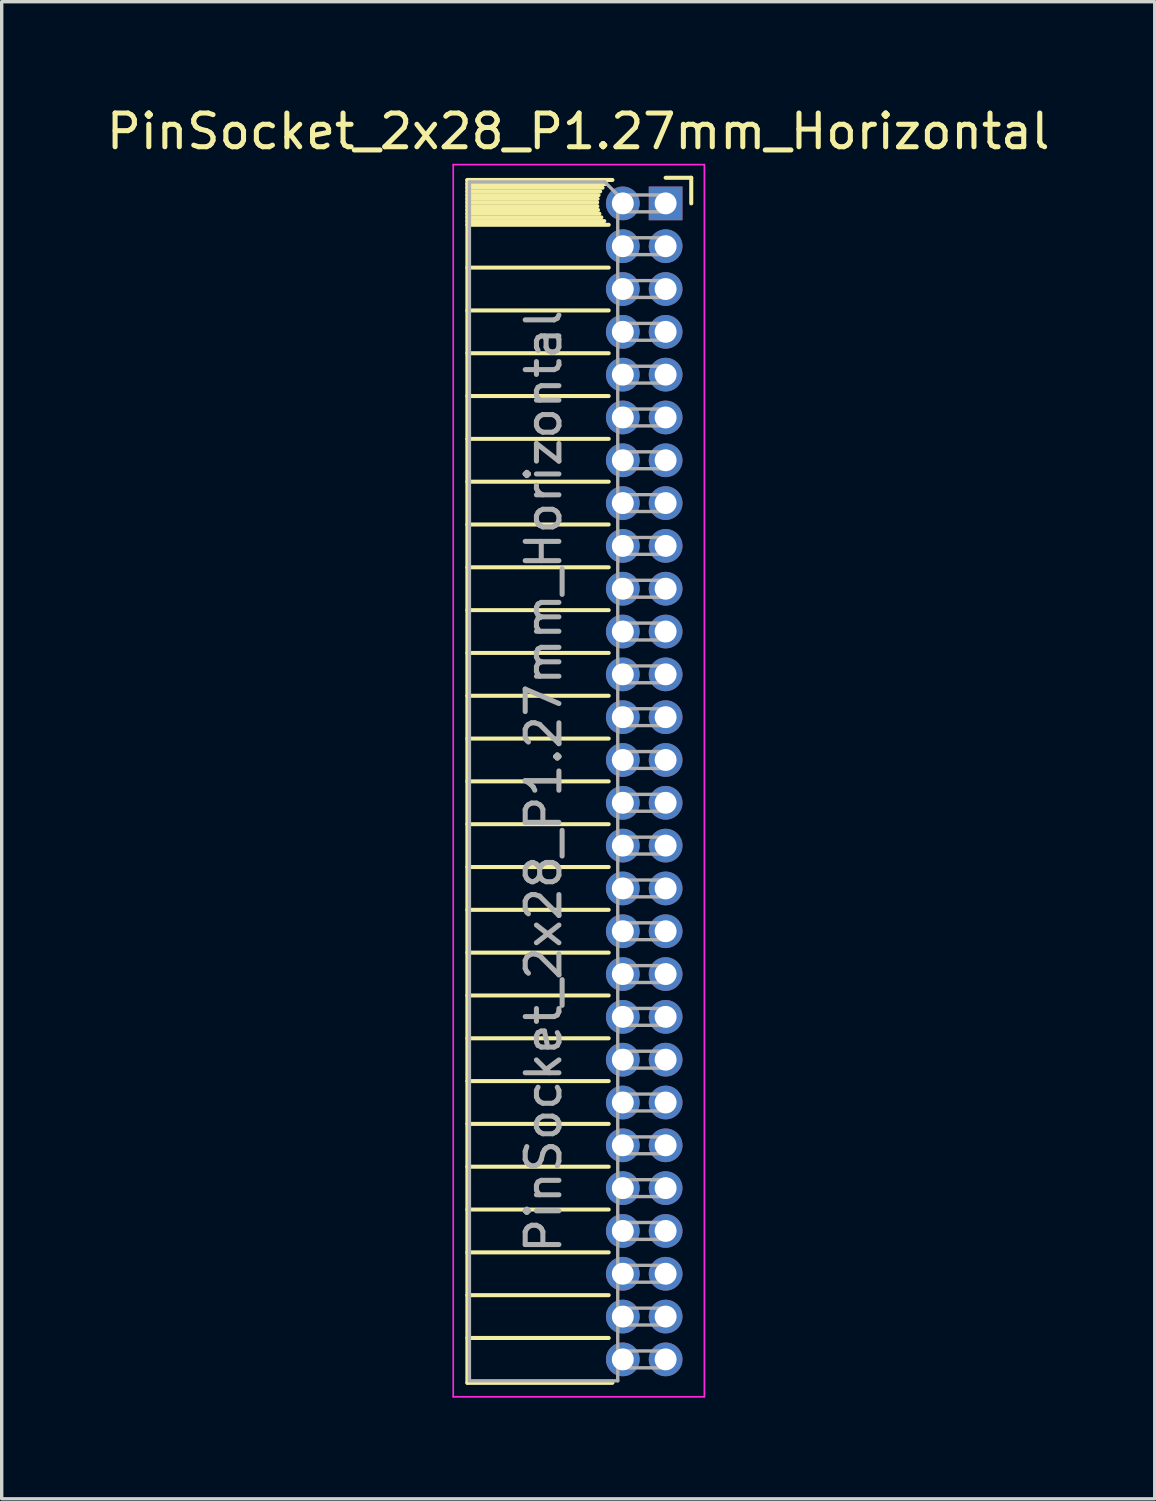
<source format=kicad_pcb>
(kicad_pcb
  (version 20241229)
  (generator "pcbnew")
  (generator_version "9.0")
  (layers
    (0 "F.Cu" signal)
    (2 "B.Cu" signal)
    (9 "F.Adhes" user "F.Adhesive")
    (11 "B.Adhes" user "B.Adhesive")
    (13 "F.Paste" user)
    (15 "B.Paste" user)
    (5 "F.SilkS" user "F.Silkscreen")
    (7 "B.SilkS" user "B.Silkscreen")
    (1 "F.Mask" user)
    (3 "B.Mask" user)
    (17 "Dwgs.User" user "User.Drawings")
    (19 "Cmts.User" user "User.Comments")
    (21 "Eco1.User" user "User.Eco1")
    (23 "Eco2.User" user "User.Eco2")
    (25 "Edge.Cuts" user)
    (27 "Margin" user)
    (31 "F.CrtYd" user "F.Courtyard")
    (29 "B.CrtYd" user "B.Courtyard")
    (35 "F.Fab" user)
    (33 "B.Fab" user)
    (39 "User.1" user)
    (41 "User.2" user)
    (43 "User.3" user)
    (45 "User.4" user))
  (footprint "PinSocket_2x28_P1.27mm_Horizontal"
    (layer "F.Cu")
    (at 16.694 2.983)
    (property "Reference" "PinSocket_2x28_P1.27mm_Horizontal" (at -2.592 -2.135 0) (layer "F.SilkS") (effects (font (size 1 1) (thickness 0.15))))
    (attr through_hole)
    (fp_line (start -5.88 -0.695) (end -5.88 34.985) (stroke (width 0.12) (type solid)) (layer "F.SilkS"))
    (fp_line (start -5.88 -0.695) (end -1.578 -0.695) (stroke (width 0.12) (type solid)) (layer "F.SilkS"))
    (fp_line (start -5.88 -0.575) (end -1.767 -0.575) (stroke (width 0.12) (type solid)) (layer "F.SilkS"))
    (fp_line (start -5.88 -0.465) (end -1.871 -0.465) (stroke (width 0.12) (type solid)) (layer "F.SilkS"))
    (fp_line (start -5.88 -0.355) (end -1.942 -0.355) (stroke (width 0.12) (type solid)) (layer "F.SilkS"))
    (fp_line (start -5.88 -0.245) (end -1.989 -0.245) (stroke (width 0.12) (type solid)) (layer "F.SilkS"))
    (fp_line (start -5.88 -0.135) (end -2.018 -0.135) (stroke (width 0.12) (type solid)) (layer "F.SilkS"))
    (fp_line (start -5.88 -0.025) (end -2.03 -0.025) (stroke (width 0.12) (type solid)) (layer "F.SilkS"))
    (fp_line (start -5.88 0.085) (end -2.025 0.085) (stroke (width 0.12) (type solid)) (layer "F.SilkS"))
    (fp_line (start -5.88 0.195) (end -2.005 0.195) (stroke (width 0.12) (type solid)) (layer "F.SilkS"))
    (fp_line (start -5.88 0.305) (end -1.966 0.305) (stroke (width 0.12) (type solid)) (layer "F.SilkS"))
    (fp_line (start -5.88 0.415) (end -1.907 0.415) (stroke (width 0.12) (type solid)) (layer "F.SilkS"))
    (fp_line (start -5.88 0.525) (end -1.82 0.525) (stroke (width 0.12) (type solid)) (layer "F.SilkS"))
    (fp_line (start -5.88 0.635) (end -1.688 0.635) (stroke (width 0.12) (type solid)) (layer "F.SilkS"))
    (fp_line (start -5.88 1.905) (end -1.688 1.905) (stroke (width 0.12) (type solid)) (layer "F.SilkS"))
    (fp_line (start -5.88 3.175) (end -1.688 3.175) (stroke (width 0.12) (type solid)) (layer "F.SilkS"))
    (fp_line (start -5.88 4.445) (end -1.688 4.445) (stroke (width 0.12) (type solid)) (layer "F.SilkS"))
    (fp_line (start -5.88 5.715) (end -1.688 5.715) (stroke (width 0.12) (type solid)) (layer "F.SilkS"))
    (fp_line (start -5.88 6.985) (end -1.688 6.985) (stroke (width 0.12) (type solid)) (layer "F.SilkS"))
    (fp_line (start -5.88 8.255) (end -1.688 8.255) (stroke (width 0.12) (type solid)) (layer "F.SilkS"))
    (fp_line (start -5.88 9.525) (end -1.688 9.525) (stroke (width 0.12) (type solid)) (layer "F.SilkS"))
    (fp_line (start -5.88 10.795) (end -1.688 10.795) (stroke (width 0.12) (type solid)) (layer "F.SilkS"))
    (fp_line (start -5.88 12.065) (end -1.688 12.065) (stroke (width 0.12) (type solid)) (layer "F.SilkS"))
    (fp_line (start -5.88 13.335) (end -1.688 13.335) (stroke (width 0.12) (type solid)) (layer "F.SilkS"))
    (fp_line (start -5.88 14.605) (end -1.688 14.605) (stroke (width 0.12) (type solid)) (layer "F.SilkS"))
    (fp_line (start -5.88 15.875) (end -1.688 15.875) (stroke (width 0.12) (type solid)) (layer "F.SilkS"))
    (fp_line (start -5.88 17.145) (end -1.688 17.145) (stroke (width 0.12) (type solid)) (layer "F.SilkS"))
    (fp_line (start -5.88 18.415) (end -1.688 18.415) (stroke (width 0.12) (type solid)) (layer "F.SilkS"))
    (fp_line (start -5.88 19.685) (end -1.688 19.685) (stroke (width 0.12) (type solid)) (layer "F.SilkS"))
    (fp_line (start -5.88 20.955) (end -1.688 20.955) (stroke (width 0.12) (type solid)) (layer "F.SilkS"))
    (fp_line (start -5.88 22.225) (end -1.688 22.225) (stroke (width 0.12) (type solid)) (layer "F.SilkS"))
    (fp_line (start -5.88 23.495) (end -1.688 23.495) (stroke (width 0.12) (type solid)) (layer "F.SilkS"))
    (fp_line (start -5.88 24.765) (end -1.688 24.765) (stroke (width 0.12) (type solid)) (layer "F.SilkS"))
    (fp_line (start -5.88 26.035) (end -1.688 26.035) (stroke (width 0.12) (type solid)) (layer "F.SilkS"))
    (fp_line (start -5.88 27.305) (end -1.688 27.305) (stroke (width 0.12) (type solid)) (layer "F.SilkS"))
    (fp_line (start -5.88 28.575) (end -1.688 28.575) (stroke (width 0.12) (type solid)) (layer "F.SilkS"))
    (fp_line (start -5.88 29.845) (end -1.688 29.845) (stroke (width 0.12) (type solid)) (layer "F.SilkS"))
    (fp_line (start -5.88 31.115) (end -1.688 31.115) (stroke (width 0.12) (type solid)) (layer "F.SilkS"))
    (fp_line (start -5.88 32.385) (end -1.688 32.385) (stroke (width 0.12) (type solid)) (layer "F.SilkS"))
    (fp_line (start -5.88 33.655) (end -1.688 33.655) (stroke (width 0.12) (type solid)) (layer "F.SilkS"))
    (fp_line (start -5.88 34.985) (end -1.578 34.985) (stroke (width 0.12) (type solid)) (layer "F.SilkS"))
    (fp_line (start 0 -0.76) (end 0.76 -0.76) (stroke (width 0.12) (type solid)) (layer "F.SilkS"))
    (fp_line (start 0.76 -0.76) (end 0.76 0) (stroke (width 0.12) (type solid)) (layer "F.SilkS"))
    (fp_line (start -6.3 -1.15) (end -6.3 35.4) (stroke (width 0.05) (type solid)) (layer "F.CrtYd"))
    (fp_line (start -6.3 35.4) (end 1.15 35.4) (stroke (width 0.05) (type solid)) (layer "F.CrtYd"))
    (fp_line (start 1.15 -1.15) (end -6.3 -1.15) (stroke (width 0.05) (type solid)) (layer "F.CrtYd"))
    (fp_line (start 1.15 35.4) (end 1.15 -1.15) (stroke (width 0.05) (type solid)) (layer "F.CrtYd"))
    (fp_line (start -5.82 -0.635) (end -1.805 -0.635) (stroke (width 0.1) (type solid)) (layer "F.Fab"))
    (fp_line (start -5.82 34.925) (end -5.82 -0.635) (stroke (width 0.1) (type solid)) (layer "F.Fab"))
    (fp_line (start -1.805 -0.635) (end -1.42 -0.25) (stroke (width 0.1) (type solid)) (layer "F.Fab"))
    (fp_line (start -1.42 -0.25) (end -1.42 34.925) (stroke (width 0.1) (type solid)) (layer "F.Fab"))
    (fp_line (start -1.42 0.25) (end 0 0.25) (stroke (width 0.1) (type solid)) (layer "F.Fab"))
    (fp_line (start -1.42 1.52) (end 0 1.52) (stroke (width 0.1) (type solid)) (layer "F.Fab"))
    (fp_line (start -1.42 2.79) (end 0 2.79) (stroke (width 0.1) (type solid)) (layer "F.Fab"))
    (fp_line (start -1.42 4.06) (end 0 4.06) (stroke (width 0.1) (type solid)) (layer "F.Fab"))
    (fp_line (start -1.42 5.33) (end 0 5.33) (stroke (width 0.1) (type solid)) (layer "F.Fab"))
    (fp_line (start -1.42 6.6) (end 0 6.6) (stroke (width 0.1) (type solid)) (layer "F.Fab"))
    (fp_line (start -1.42 7.87) (end 0 7.87) (stroke (width 0.1) (type solid)) (layer "F.Fab"))
    (fp_line (start -1.42 9.14) (end 0 9.14) (stroke (width 0.1) (type solid)) (layer "F.Fab"))
    (fp_line (start -1.42 10.41) (end 0 10.41) (stroke (width 0.1) (type solid)) (layer "F.Fab"))
    (fp_line (start -1.42 11.68) (end 0 11.68) (stroke (width 0.1) (type solid)) (layer "F.Fab"))
    (fp_line (start -1.42 12.95) (end 0 12.95) (stroke (width 0.1) (type solid)) (layer "F.Fab"))
    (fp_line (start -1.42 14.22) (end 0 14.22) (stroke (width 0.1) (type solid)) (layer "F.Fab"))
    (fp_line (start -1.42 15.49) (end 0 15.49) (stroke (width 0.1) (type solid)) (layer "F.Fab"))
    (fp_line (start -1.42 16.76) (end 0 16.76) (stroke (width 0.1) (type solid)) (layer "F.Fab"))
    (fp_line (start -1.42 18.03) (end 0 18.03) (stroke (width 0.1) (type solid)) (layer "F.Fab"))
    (fp_line (start -1.42 19.3) (end 0 19.3) (stroke (width 0.1) (type solid)) (layer "F.Fab"))
    (fp_line (start -1.42 20.57) (end 0 20.57) (stroke (width 0.1) (type solid)) (layer "F.Fab"))
    (fp_line (start -1.42 21.84) (end 0 21.84) (stroke (width 0.1) (type solid)) (layer "F.Fab"))
    (fp_line (start -1.42 23.11) (end 0 23.11) (stroke (width 0.1) (type solid)) (layer "F.Fab"))
    (fp_line (start -1.42 24.38) (end 0 24.38) (stroke (width 0.1) (type solid)) (layer "F.Fab"))
    (fp_line (start -1.42 25.65) (end 0 25.65) (stroke (width 0.1) (type solid)) (layer "F.Fab"))
    (fp_line (start -1.42 26.92) (end 0 26.92) (stroke (width 0.1) (type solid)) (layer "F.Fab"))
    (fp_line (start -1.42 28.19) (end 0 28.19) (stroke (width 0.1) (type solid)) (layer "F.Fab"))
    (fp_line (start -1.42 29.46) (end 0 29.46) (stroke (width 0.1) (type solid)) (layer "F.Fab"))
    (fp_line (start -1.42 30.73) (end 0 30.73) (stroke (width 0.1) (type solid)) (layer "F.Fab"))
    (fp_line (start -1.42 32) (end 0 32) (stroke (width 0.1) (type solid)) (layer "F.Fab"))
    (fp_line (start -1.42 33.27) (end 0 33.27) (stroke (width 0.1) (type solid)) (layer "F.Fab"))
    (fp_line (start -1.42 34.54) (end 0 34.54) (stroke (width 0.1) (type solid)) (layer "F.Fab"))
    (fp_line (start -1.42 34.925) (end -5.82 34.925) (stroke (width 0.1) (type solid)) (layer "F.Fab"))
    (fp_line (start 0 -0.25) (end -1.42 -0.25) (stroke (width 0.1) (type solid)) (layer "F.Fab"))
    (fp_line (start 0 0.25) (end 0 -0.25) (stroke (width 0.1) (type solid)) (layer "F.Fab"))
    (fp_line (start 0 1.02) (end -1.42 1.02) (stroke (width 0.1) (type solid)) (layer "F.Fab"))
    (fp_line (start 0 1.52) (end 0 1.02) (stroke (width 0.1) (type solid)) (layer "F.Fab"))
    (fp_line (start 0 2.29) (end -1.42 2.29) (stroke (width 0.1) (type solid)) (layer "F.Fab"))
    (fp_line (start 0 2.79) (end 0 2.29) (stroke (width 0.1) (type solid)) (layer "F.Fab"))
    (fp_line (start 0 3.56) (end -1.42 3.56) (stroke (width 0.1) (type solid)) (layer "F.Fab"))
    (fp_line (start 0 4.06) (end 0 3.56) (stroke (width 0.1) (type solid)) (layer "F.Fab"))
    (fp_line (start 0 4.83) (end -1.42 4.83) (stroke (width 0.1) (type solid)) (layer "F.Fab"))
    (fp_line (start 0 5.33) (end 0 4.83) (stroke (width 0.1) (type solid)) (layer "F.Fab"))
    (fp_line (start 0 6.1) (end -1.42 6.1) (stroke (width 0.1) (type solid)) (layer "F.Fab"))
    (fp_line (start 0 6.6) (end 0 6.1) (stroke (width 0.1) (type solid)) (layer "F.Fab"))
    (fp_line (start 0 7.37) (end -1.42 7.37) (stroke (width 0.1) (type solid)) (layer "F.Fab"))
    (fp_line (start 0 7.87) (end 0 7.37) (stroke (width 0.1) (type solid)) (layer "F.Fab"))
    (fp_line (start 0 8.64) (end -1.42 8.64) (stroke (width 0.1) (type solid)) (layer "F.Fab"))
    (fp_line (start 0 9.14) (end 0 8.64) (stroke (width 0.1) (type solid)) (layer "F.Fab"))
    (fp_line (start 0 9.91) (end -1.42 9.91) (stroke (width 0.1) (type solid)) (layer "F.Fab"))
    (fp_line (start 0 10.41) (end 0 9.91) (stroke (width 0.1) (type solid)) (layer "F.Fab"))
    (fp_line (start 0 11.18) (end -1.42 11.18) (stroke (width 0.1) (type solid)) (layer "F.Fab"))
    (fp_line (start 0 11.68) (end 0 11.18) (stroke (width 0.1) (type solid)) (layer "F.Fab"))
    (fp_line (start 0 12.45) (end -1.42 12.45) (stroke (width 0.1) (type solid)) (layer "F.Fab"))
    (fp_line (start 0 12.95) (end 0 12.45) (stroke (width 0.1) (type solid)) (layer "F.Fab"))
    (fp_line (start 0 13.72) (end -1.42 13.72) (stroke (width 0.1) (type solid)) (layer "F.Fab"))
    (fp_line (start 0 14.22) (end 0 13.72) (stroke (width 0.1) (type solid)) (layer "F.Fab"))
    (fp_line (start 0 14.99) (end -1.42 14.99) (stroke (width 0.1) (type solid)) (layer "F.Fab"))
    (fp_line (start 0 15.49) (end 0 14.99) (stroke (width 0.1) (type solid)) (layer "F.Fab"))
    (fp_line (start 0 16.26) (end -1.42 16.26) (stroke (width 0.1) (type solid)) (layer "F.Fab"))
    (fp_line (start 0 16.76) (end 0 16.26) (stroke (width 0.1) (type solid)) (layer "F.Fab"))
    (fp_line (start 0 17.53) (end -1.42 17.53) (stroke (width 0.1) (type solid)) (layer "F.Fab"))
    (fp_line (start 0 18.03) (end 0 17.53) (stroke (width 0.1) (type solid)) (layer "F.Fab"))
    (fp_line (start 0 18.8) (end -1.42 18.8) (stroke (width 0.1) (type solid)) (layer "F.Fab"))
    (fp_line (start 0 19.3) (end 0 18.8) (stroke (width 0.1) (type solid)) (layer "F.Fab"))
    (fp_line (start 0 20.07) (end -1.42 20.07) (stroke (width 0.1) (type solid)) (layer "F.Fab"))
    (fp_line (start 0 20.57) (end 0 20.07) (stroke (width 0.1) (type solid)) (layer "F.Fab"))
    (fp_line (start 0 21.34) (end -1.42 21.34) (stroke (width 0.1) (type solid)) (layer "F.Fab"))
    (fp_line (start 0 21.84) (end 0 21.34) (stroke (width 0.1) (type solid)) (layer "F.Fab"))
    (fp_line (start 0 22.61) (end -1.42 22.61) (stroke (width 0.1) (type solid)) (layer "F.Fab"))
    (fp_line (start 0 23.11) (end 0 22.61) (stroke (width 0.1) (type solid)) (layer "F.Fab"))
    (fp_line (start 0 23.88) (end -1.42 23.88) (stroke (width 0.1) (type solid)) (layer "F.Fab"))
    (fp_line (start 0 24.38) (end 0 23.88) (stroke (width 0.1) (type solid)) (layer "F.Fab"))
    (fp_line (start 0 25.15) (end -1.42 25.15) (stroke (width 0.1) (type solid)) (layer "F.Fab"))
    (fp_line (start 0 25.65) (end 0 25.15) (stroke (width 0.1) (type solid)) (layer "F.Fab"))
    (fp_line (start 0 26.42) (end -1.42 26.42) (stroke (width 0.1) (type solid)) (layer "F.Fab"))
    (fp_line (start 0 26.92) (end 0 26.42) (stroke (width 0.1) (type solid)) (layer "F.Fab"))
    (fp_line (start 0 27.69) (end -1.42 27.69) (stroke (width 0.1) (type solid)) (layer "F.Fab"))
    (fp_line (start 0 28.19) (end 0 27.69) (stroke (width 0.1) (type solid)) (layer "F.Fab"))
    (fp_line (start 0 28.96) (end -1.42 28.96) (stroke (width 0.1) (type solid)) (layer "F.Fab"))
    (fp_line (start 0 29.46) (end 0 28.96) (stroke (width 0.1) (type solid)) (layer "F.Fab"))
    (fp_line (start 0 30.23) (end -1.42 30.23) (stroke (width 0.1) (type solid)) (layer "F.Fab"))
    (fp_line (start 0 30.73) (end 0 30.23) (stroke (width 0.1) (type solid)) (layer "F.Fab"))
    (fp_line (start 0 31.5) (end -1.42 31.5) (stroke (width 0.1) (type solid)) (layer "F.Fab"))
    (fp_line (start 0 32) (end 0 31.5) (stroke (width 0.1) (type solid)) (layer "F.Fab"))
    (fp_line (start 0 32.77) (end -1.42 32.77) (stroke (width 0.1) (type solid)) (layer "F.Fab"))
    (fp_line (start 0 33.27) (end 0 32.77) (stroke (width 0.1) (type solid)) (layer "F.Fab"))
    (fp_line (start 0 34.04) (end -1.42 34.04) (stroke (width 0.1) (type solid)) (layer "F.Fab"))
    (fp_line (start 0 34.54) (end 0 34.04) (stroke (width 0.1) (type solid)) (layer "F.Fab"))
    (fp_text user "${REFERENCE}" (at -3.62 17.145 90) (layer "F.Fab") (effects (font (size 1 1) (thickness 0.15))))
    (pad "1" thru_hole rect (at 0 0) (size 1 1) (drill 0.65) (layers "*.Cu" "*.Mask"))
    (pad "2" thru_hole circle (at -1.27 0) (size 1 1) (drill 0.65) (layers "*.Cu" "*.Mask"))
    (pad "3" thru_hole circle (at 0 1.27) (size 1 1) (drill 0.65) (layers "*.Cu" "*.Mask"))
    (pad "4" thru_hole circle (at -1.27 1.27) (size 1 1) (drill 0.65) (layers "*.Cu" "*.Mask"))
    (pad "5" thru_hole circle (at 0 2.54) (size 1 1) (drill 0.65) (layers "*.Cu" "*.Mask"))
    (pad "6" thru_hole circle (at -1.27 2.54) (size 1 1) (drill 0.65) (layers "*.Cu" "*.Mask"))
    (pad "7" thru_hole circle (at 0 3.81) (size 1 1) (drill 0.65) (layers "*.Cu" "*.Mask"))
    (pad "8" thru_hole circle (at -1.27 3.81) (size 1 1) (drill 0.65) (layers "*.Cu" "*.Mask"))
    (pad "9" thru_hole circle (at 0 5.08) (size 1 1) (drill 0.65) (layers "*.Cu" "*.Mask"))
    (pad "10" thru_hole circle (at -1.27 5.08) (size 1 1) (drill 0.65) (layers "*.Cu" "*.Mask"))
    (pad "11" thru_hole circle (at 0 6.35) (size 1 1) (drill 0.65) (layers "*.Cu" "*.Mask"))
    (pad "12" thru_hole circle (at -1.27 6.35) (size 1 1) (drill 0.65) (layers "*.Cu" "*.Mask"))
    (pad "13" thru_hole circle (at 0 7.62) (size 1 1) (drill 0.65) (layers "*.Cu" "*.Mask"))
    (pad "14" thru_hole circle (at -1.27 7.62) (size 1 1) (drill 0.65) (layers "*.Cu" "*.Mask"))
    (pad "15" thru_hole circle (at 0 8.89) (size 1 1) (drill 0.65) (layers "*.Cu" "*.Mask"))
    (pad "16" thru_hole circle (at -1.27 8.89) (size 1 1) (drill 0.65) (layers "*.Cu" "*.Mask"))
    (pad "17" thru_hole circle (at 0 10.16) (size 1 1) (drill 0.65) (layers "*.Cu" "*.Mask"))
    (pad "18" thru_hole circle (at -1.27 10.16) (size 1 1) (drill 0.65) (layers "*.Cu" "*.Mask"))
    (pad "19" thru_hole circle (at 0 11.43) (size 1 1) (drill 0.65) (layers "*.Cu" "*.Mask"))
    (pad "20" thru_hole circle (at -1.27 11.43) (size 1 1) (drill 0.65) (layers "*.Cu" "*.Mask"))
    (pad "21" thru_hole circle (at 0 12.7) (size 1 1) (drill 0.65) (layers "*.Cu" "*.Mask"))
    (pad "22" thru_hole circle (at -1.27 12.7) (size 1 1) (drill 0.65) (layers "*.Cu" "*.Mask"))
    (pad "23" thru_hole circle (at 0 13.97) (size 1 1) (drill 0.65) (layers "*.Cu" "*.Mask"))
    (pad "24" thru_hole circle (at -1.27 13.97) (size 1 1) (drill 0.65) (layers "*.Cu" "*.Mask"))
    (pad "25" thru_hole circle (at 0 15.24) (size 1 1) (drill 0.65) (layers "*.Cu" "*.Mask"))
    (pad "26" thru_hole circle (at -1.27 15.24) (size 1 1) (drill 0.65) (layers "*.Cu" "*.Mask"))
    (pad "27" thru_hole circle (at 0 16.51) (size 1 1) (drill 0.65) (layers "*.Cu" "*.Mask"))
    (pad "28" thru_hole circle (at -1.27 16.51) (size 1 1) (drill 0.65) (layers "*.Cu" "*.Mask"))
    (pad "29" thru_hole circle (at 0 17.78) (size 1 1) (drill 0.65) (layers "*.Cu" "*.Mask"))
    (pad "30" thru_hole circle (at -1.27 17.78) (size 1 1) (drill 0.65) (layers "*.Cu" "*.Mask"))
    (pad "31" thru_hole circle (at 0 19.05) (size 1 1) (drill 0.65) (layers "*.Cu" "*.Mask"))
    (pad "32" thru_hole circle (at -1.27 19.05) (size 1 1) (drill 0.65) (layers "*.Cu" "*.Mask"))
    (pad "33" thru_hole circle (at 0 20.32) (size 1 1) (drill 0.65) (layers "*.Cu" "*.Mask"))
    (pad "34" thru_hole circle (at -1.27 20.32) (size 1 1) (drill 0.65) (layers "*.Cu" "*.Mask"))
    (pad "35" thru_hole circle (at 0 21.59) (size 1 1) (drill 0.65) (layers "*.Cu" "*.Mask"))
    (pad "36" thru_hole circle (at -1.27 21.59) (size 1 1) (drill 0.65) (layers "*.Cu" "*.Mask"))
    (pad "37" thru_hole circle (at 0 22.86) (size 1 1) (drill 0.65) (layers "*.Cu" "*.Mask"))
    (pad "38" thru_hole circle (at -1.27 22.86) (size 1 1) (drill 0.65) (layers "*.Cu" "*.Mask"))
    (pad "39" thru_hole circle (at 0 24.13) (size 1 1) (drill 0.65) (layers "*.Cu" "*.Mask"))
    (pad "40" thru_hole circle (at -1.27 24.13) (size 1 1) (drill 0.65) (layers "*.Cu" "*.Mask"))
    (pad "41" thru_hole circle (at 0 25.4) (size 1 1) (drill 0.65) (layers "*.Cu" "*.Mask"))
    (pad "42" thru_hole circle (at -1.27 25.4) (size 1 1) (drill 0.65) (layers "*.Cu" "*.Mask"))
    (pad "43" thru_hole circle (at 0 26.67) (size 1 1) (drill 0.65) (layers "*.Cu" "*.Mask"))
    (pad "44" thru_hole circle (at -1.27 26.67) (size 1 1) (drill 0.65) (layers "*.Cu" "*.Mask"))
    (pad "45" thru_hole circle (at 0 27.94) (size 1 1) (drill 0.65) (layers "*.Cu" "*.Mask"))
    (pad "46" thru_hole circle (at -1.27 27.94) (size 1 1) (drill 0.65) (layers "*.Cu" "*.Mask"))
    (pad "47" thru_hole circle (at 0 29.21) (size 1 1) (drill 0.65) (layers "*.Cu" "*.Mask"))
    (pad "48" thru_hole circle (at -1.27 29.21) (size 1 1) (drill 0.65) (layers "*.Cu" "*.Mask"))
    (pad "49" thru_hole circle (at 0 30.48) (size 1 1) (drill 0.65) (layers "*.Cu" "*.Mask"))
    (pad "50" thru_hole circle (at -1.27 30.48) (size 1 1) (drill 0.65) (layers "*.Cu" "*.Mask"))
    (pad "51" thru_hole circle (at 0 31.75) (size 1 1) (drill 0.65) (layers "*.Cu" "*.Mask"))
    (pad "52" thru_hole circle (at -1.27 31.75) (size 1 1) (drill 0.65) (layers "*.Cu" "*.Mask"))
    (pad "53" thru_hole circle (at 0 33.02) (size 1 1) (drill 0.65) (layers "*.Cu" "*.Mask"))
    (pad "54" thru_hole circle (at -1.27 33.02) (size 1 1) (drill 0.65) (layers "*.Cu" "*.Mask"))
    (pad "55" thru_hole circle (at 0 34.29) (size 1 1) (drill 0.65) (layers "*.Cu" "*.Mask"))
    (pad "56" thru_hole circle (at -1.27 34.29) (size 1 1) (drill 0.65) (layers "*.Cu" "*.Mask")))
  (gr_rect
    (start -3 -3)
    (end 31.202 41.408)
    (stroke (width 0.1) (type default))
    (fill no)
    (layer "Edge.Cuts")))
</source>
